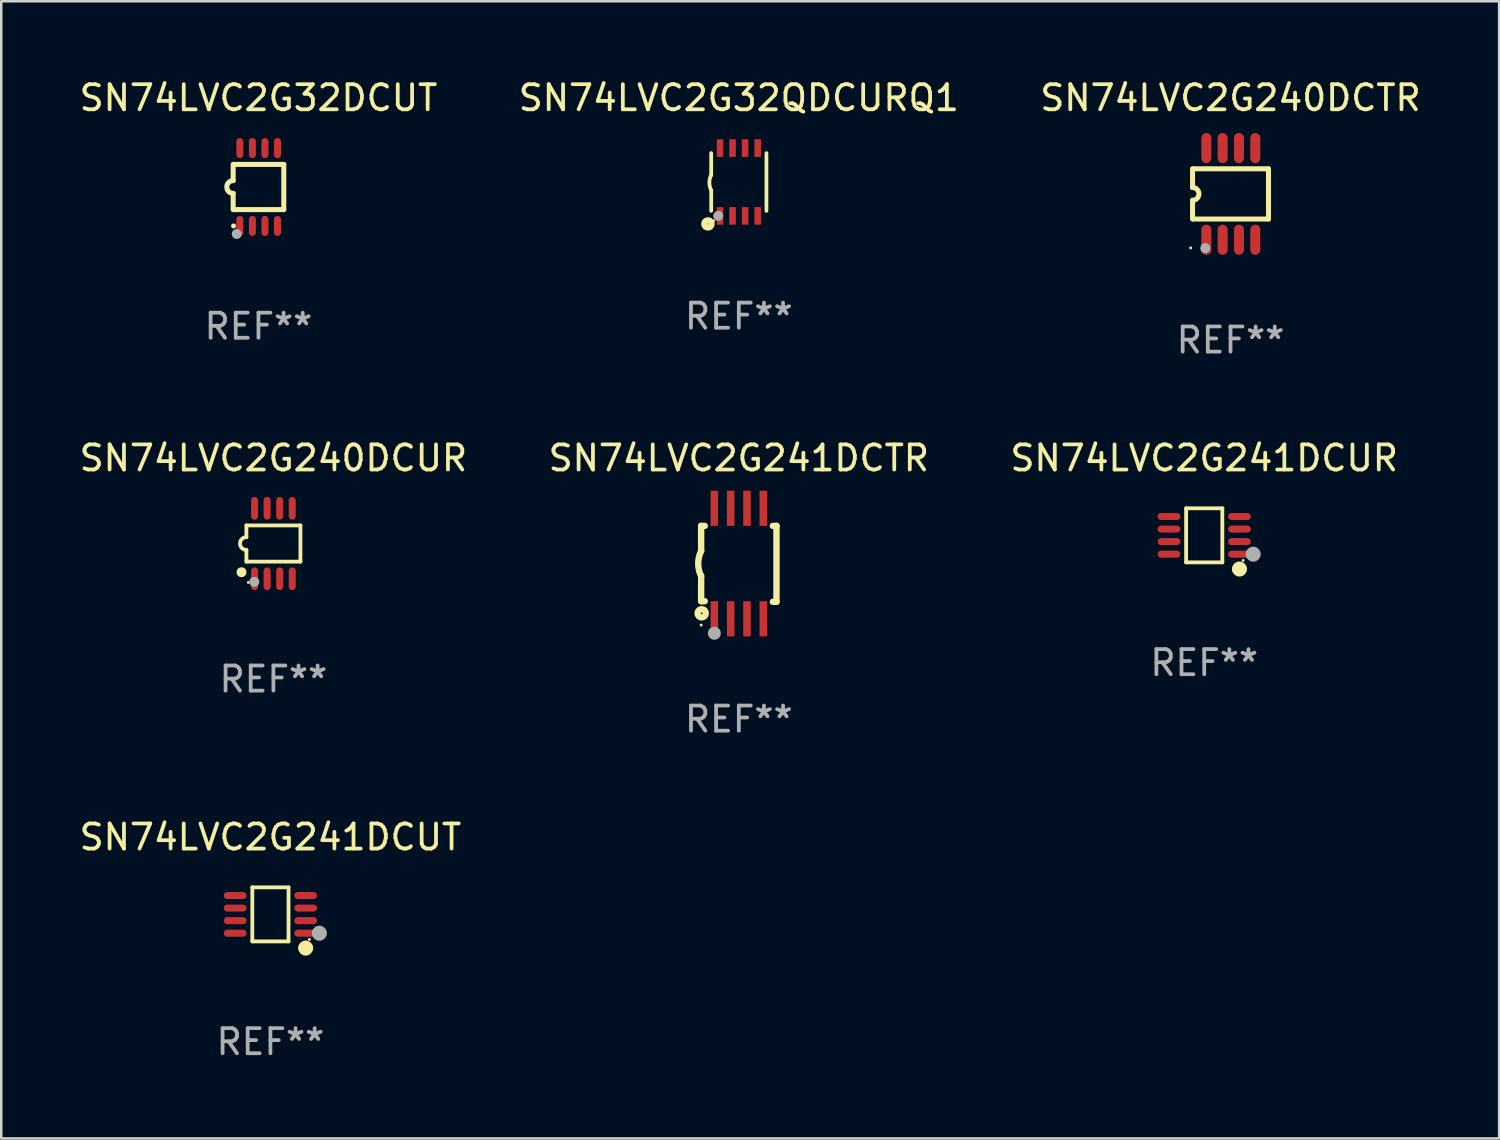
<source format=kicad_pcb>
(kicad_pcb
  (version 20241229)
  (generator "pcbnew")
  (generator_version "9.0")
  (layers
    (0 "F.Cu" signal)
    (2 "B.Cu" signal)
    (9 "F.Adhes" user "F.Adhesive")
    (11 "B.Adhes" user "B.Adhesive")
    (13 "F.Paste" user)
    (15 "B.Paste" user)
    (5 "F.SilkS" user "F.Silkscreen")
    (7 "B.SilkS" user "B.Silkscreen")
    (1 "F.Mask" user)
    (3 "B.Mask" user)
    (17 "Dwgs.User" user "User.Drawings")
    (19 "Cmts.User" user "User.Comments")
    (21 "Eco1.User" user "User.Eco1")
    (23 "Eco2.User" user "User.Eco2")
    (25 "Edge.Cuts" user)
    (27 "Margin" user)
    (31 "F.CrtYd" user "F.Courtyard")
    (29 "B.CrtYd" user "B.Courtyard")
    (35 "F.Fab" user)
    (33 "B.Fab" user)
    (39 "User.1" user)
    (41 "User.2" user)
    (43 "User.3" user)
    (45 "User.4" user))
  (footprint "SN74LVC2G241DCTR"
    (layer "F.Cu")
    (at 26.375 19.395)
    (property "Reference" "SN74LVC2G241DCTR" (at 0 -4.2 0) (layer "F.SilkS") (effects (font (size 1 1) (thickness 0.15))))
    (attr through_hole)
    (fp_line (start -1.5 -1.5) (end -1.5 -0.5) (stroke (width 0.254) (type solid)) (layer "F.SilkS"))
    (fp_line (start -1.5 -1.5) (end -1.356 -1.5) (stroke (width 0.254) (type solid)) (layer "F.SilkS"))
    (fp_line (start -1.5 1.5) (end -1.5 0.5) (stroke (width 0.254) (type solid)) (layer "F.SilkS"))
    (fp_line (start -1.5 1.5) (end -1.356 1.5) (stroke (width 0.254) (type solid)) (layer "F.SilkS"))
    (fp_line (start 1.356 -1.5) (end 1.5 -1.5) (stroke (width 0.254) (type solid)) (layer "F.SilkS"))
    (fp_line (start 1.5 -1.5) (end 1.5 1.524) (stroke (width 0.254) (type solid)) (layer "F.SilkS"))
    (fp_line (start 1.5 1.524) (end 1.356 1.524) (stroke (width 0.254) (type solid)) (layer "F.SilkS"))
    (fp_arc (start -1.500203 0.499137) (mid -1.618067 -0.000468) (end -1.5 -0.500025) (stroke (width 0.254001) (type solid)) (layer "F.SilkS"))
    (fp_circle (center -1.5 2.449) (end -1.47 2.449) (stroke (width 0.06) (type solid)) (fill no) (layer "F.SilkS"))
    (fp_circle (center -1.479 1.981) (end -1.444 1.981) (stroke (width 0.254) (type solid)) (fill no) (layer "F.SilkS"))
    (fp_circle (center -0.975 2.776) (end -0.845 2.776) (stroke (width 0.26) (type solid)) (fill no) (layer "F.Fab"))
    (fp_text user "REF**" (at 0 6.2 0) (layer "F.Fab") (effects (font (size 1 1) (thickness 0.15))))
    (pad "1" smd rect (at -0.975 2.2) (size 0.3 1.4) (layers "F.Cu" "F.Mask" "F.Paste"))
    (pad "2" smd rect (at -0.325 2.2) (size 0.3 1.4) (layers "F.Cu" "F.Mask" "F.Paste"))
    (pad "3" smd rect (at 0.325 2.2) (size 0.3 1.4) (layers "F.Cu" "F.Mask" "F.Paste"))
    (pad "4" smd rect (at 0.975 2.2) (size 0.3 1.4) (layers "F.Cu" "F.Mask" "F.Paste"))
    (pad "5" smd rect (at 0.975 -2.2) (size 0.3 1.4) (layers "F.Cu" "F.Mask" "F.Paste"))
    (pad "6" smd rect (at 0.325 -2.2) (size 0.3 1.4) (layers "F.Cu" "F.Mask" "F.Paste"))
    (pad "7" smd rect (at -0.325 -2.2) (size 0.3 1.4) (layers "F.Cu" "F.Mask" "F.Paste"))
    (pad "8" smd rect (at -0.975 -2.2) (size 0.3 1.4) (layers "F.Cu" "F.Mask" "F.Paste")))
  (footprint "SN74LVC2G241DCUR"
    (layer "F.Cu")
    (at 44.911 18.271)
    (property "Reference" "SN74LVC2G241DCUR" (at 0 -3.076 0) (layer "F.SilkS") (effects (font (size 1 1) (thickness 0.15))))
    (attr through_hole)
    (fp_line (start -0.721 -1.076) (end 0.721 -1.076) (stroke (width 0.152) (type solid)) (layer "F.SilkS"))
    (fp_line (start -0.721 1.076) (end -0.721 -1.076) (stroke (width 0.152) (type solid)) (layer "F.SilkS"))
    (fp_line (start 0.721 -1.076) (end 0.721 1.076) (stroke (width 0.152) (type solid)) (layer "F.SilkS"))
    (fp_line (start 0.721 1.076) (end -0.721 1.076) (stroke (width 0.152) (type solid)) (layer "F.SilkS"))
    (fp_circle (center 1.403 1.342) (end 1.553 1.342) (stroke (width 0.3) (type solid)) (fill no) (layer "F.SilkS"))
    (fp_circle (center 1.55 1) (end 1.58 1) (stroke (width 0.06) (type solid)) (fill no) (layer "F.SilkS"))
    (fp_circle (center 1.95 0.75) (end 2.1 0.75) (stroke (width 0.3) (type solid)) (fill no) (layer "F.Fab"))
    (fp_text user "REF**" (at 0 5.076 0) (layer "F.Fab") (effects (font (size 1 1) (thickness 0.15))))
    (pad "1" smd oval (at 1.403 0.75 90) (size 0.28 0.905) (layers "F.Cu" "F.Mask" "F.Paste"))
    (pad "2" smd oval (at 1.403 0.25 90) (size 0.28 0.905) (layers "F.Cu" "F.Mask" "F.Paste"))
    (pad "3" smd oval (at 1.403 -0.25 90) (size 0.28 0.905) (layers "F.Cu" "F.Mask" "F.Paste"))
    (pad "4" smd oval (at 1.403 -0.75 90) (size 0.28 0.905) (layers "F.Cu" "F.Mask" "F.Paste"))
    (pad "5" smd oval (at -1.403 -0.75 90) (size 0.28 0.905) (layers "F.Cu" "F.Mask" "F.Paste"))
    (pad "6" smd oval (at -1.403 -0.25 90) (size 0.28 0.905) (layers "F.Cu" "F.Mask" "F.Paste"))
    (pad "7" smd oval (at -1.403 0.25 90) (size 0.28 0.905) (layers "F.Cu" "F.Mask" "F.Paste"))
    (pad "8" smd oval (at -1.403 0.75 90) (size 0.28 0.905) (layers "F.Cu" "F.Mask" "F.Paste")))
  (footprint "SN74LVC2G32QDCURQ1"
    (layer "F.Cu")
    (at 26.375 4.198)
    (property "Reference" "SN74LVC2G32QDCURQ1" (at 0 -3.35 0) (layer "F.SilkS") (effects (font (size 1 1) (thickness 0.15))))
    (attr through_hole)
    (fp_line (start -1.1 -1.15) (end -1.1 -0.282) (stroke (width 0.15) (type solid)) (layer "F.SilkS"))
    (fp_line (start -1.1 1.15) (end -1.1 0.332) (stroke (width 0.15) (type solid)) (layer "F.SilkS"))
    (fp_line (start 1.1 -1.15) (end 1.1 1.15) (stroke (width 0.15) (type solid)) (layer "F.SilkS"))
    (fp_arc (start -1.098883 0.33274) (mid -1.171878 0.025277) (end -1.1 -0.282449) (stroke (width 0.150013) (type solid)) (layer "F.SilkS"))
    (fp_circle (center -1.23 1.67) (end -1.087 1.67) (stroke (width 0.254) (type solid)) (fill no) (layer "F.SilkS"))
    (fp_circle (center -1 1.55) (end -0.97 1.55) (stroke (width 0.06) (type solid)) (fill no) (layer "F.SilkS"))
    (fp_circle (center -0.82 1.35) (end -0.72 1.35) (stroke (width 0.2) (type solid)) (fill no) (layer "F.Fab"))
    (fp_text user "REF**" (at 0 5.35 0) (layer "F.Fab") (effects (font (size 1 1) (thickness 0.15))))
    (pad "1" smd rect (at -0.75 1.35) (size 0.26 0.7) (layers "F.Cu" "F.Mask" "F.Paste"))
    (pad "2" smd rect (at -0.25 1.35) (size 0.26 0.7) (layers "F.Cu" "F.Mask" "F.Paste"))
    (pad "3" smd rect (at 0.25 1.35) (size 0.26 0.7) (layers "F.Cu" "F.Mask" "F.Paste"))
    (pad "4" smd rect (at 0.75 1.35) (size 0.26 0.7) (layers "F.Cu" "F.Mask" "F.Paste"))
    (pad "5" smd rect (at 0.75 -1.35) (size 0.26 0.7) (layers "F.Cu" "F.Mask" "F.Paste"))
    (pad "6" smd rect (at 0.25 -1.35) (size 0.26 0.7) (layers "F.Cu" "F.Mask" "F.Paste"))
    (pad "7" smd rect (at -0.25 -1.35) (size 0.26 0.7) (layers "F.Cu" "F.Mask" "F.Paste"))
    (pad "8" smd rect (at -0.75 -1.35) (size 0.26 0.7) (layers "F.Cu" "F.Mask" "F.Paste")))
  (footprint "SN74LVC2G240DCTR"
    (layer "F.Cu")
    (at 45.958 4.673)
    (property "Reference" "SN74LVC2G240DCTR" (at 0 -3.825 0) (layer "F.SilkS") (effects (font (size 1 1) (thickness 0.15))))
    (attr through_hole)
    (fp_line (start -1.512 -0.254) (end -1.512 -1) (stroke (width 0.2) (type solid)) (layer "F.SilkS"))
    (fp_line (start -1.512 0.254) (end -1.512 1) (stroke (width 0.2) (type solid)) (layer "F.SilkS"))
    (fp_line (start -1.488 -1) (end 1.512 -1) (stroke (width 0.2) (type solid)) (layer "F.SilkS"))
    (fp_line (start 1.512 -1) (end 1.512 1) (stroke (width 0.2) (type solid)) (layer "F.SilkS"))
    (fp_line (start 1.512 1) (end -1.488 1) (stroke (width 0.2) (type solid)) (layer "F.SilkS"))
    (fp_arc (start -1.512002 -0.254001) (mid -1.258001 0) (end -1.512002 0.254001) (stroke (width 0.2) (type solid)) (layer "F.SilkS"))
    (fp_circle (center -1.588 2.15) (end -1.558 2.15) (stroke (width 0.06) (type solid)) (fill no) (layer "F.SilkS"))
    (fp_circle (center -1.004 2.159) (end -0.904 2.159) (stroke (width 0.2) (type solid)) (fill no) (layer "F.Fab"))
    (fp_text user "REF**" (at 0 5.825 0) (layer "F.Fab") (effects (font (size 1 1) (thickness 0.15))))
    (pad "1" smd oval (at -0.963 1.825 270) (size 1.2 0.4) (layers "F.Cu" "F.Mask" "F.Paste"))
    (pad "2" smd oval (at -0.313 1.825 270) (size 1.2 0.4) (layers "F.Cu" "F.Mask" "F.Paste"))
    (pad "3" smd oval (at 0.337 1.825 270) (size 1.2 0.4) (layers "F.Cu" "F.Mask" "F.Paste"))
    (pad "4" smd oval (at 0.987 1.825 270) (size 1.2 0.4) (layers "F.Cu" "F.Mask" "F.Paste"))
    (pad "5" smd oval (at 0.987 -1.825 270) (size 1.2 0.4) (layers "F.Cu" "F.Mask" "F.Paste"))
    (pad "6" smd oval (at 0.337 -1.825 270) (size 1.2 0.4) (layers "F.Cu" "F.Mask" "F.Paste"))
    (pad "7" smd oval (at -0.313 -1.825 270) (size 1.2 0.4) (layers "F.Cu" "F.Mask" "F.Paste"))
    (pad "8" smd oval (at -0.963 -1.825 270) (size 1.2 0.4) (layers "F.Cu" "F.Mask" "F.Paste")))
  (footprint "SN74LVC2G32DCUT"
    (layer "F.Cu")
    (at 7.244 4.398)
    (property "Reference" "SN74LVC2G32DCUT" (at 0 -3.55 0) (layer "F.SilkS") (effects (font (size 1 1) (thickness 0.15))))
    (attr through_hole)
    (fp_line (start -1.008 -0.254) (end -1.008 -0.9) (stroke (width 0.2) (type solid)) (layer "F.SilkS"))
    (fp_line (start -1.008 0.254) (end -1.008 0.9) (stroke (width 0.2) (type solid)) (layer "F.SilkS"))
    (fp_line (start -0.992 0.9) (end 1.008 0.9) (stroke (width 0.2) (type solid)) (layer "F.SilkS"))
    (fp_line (start 1.008 -0.9) (end -0.992 -0.9) (stroke (width 0.2) (type solid)) (layer "F.SilkS"))
    (fp_line (start 1.008 0.9) (end 1.008 -0.9) (stroke (width 0.2) (type solid)) (layer "F.SilkS"))
    (fp_arc (start -1.008001 0.254001) (mid -1.262002 0) (end -1.008001 -0.254001) (stroke (width 0.2) (type solid)) (layer "F.SilkS"))
    (fp_circle (center -0.992 1.55) (end -0.942 1.55) (stroke (width 0.1) (type solid)) (fill no) (layer "F.SilkS"))
    (fp_circle (center -0.866 1.87) (end -0.766 1.87) (stroke (width 0.2) (type solid)) (fill no) (layer "F.Fab"))
    (fp_text user "REF**" (at 0 5.55 0) (layer "F.Fab") (effects (font (size 1 1) (thickness 0.15))))
    (pad "1" smd oval (at -0.742 1.55 270) (size 0.8 0.28) (layers "F.Cu" "F.Mask" "F.Paste"))
    (pad "2" smd oval (at -0.242 1.55 270) (size 0.8 0.28) (layers "F.Cu" "F.Mask" "F.Paste"))
    (pad "3" smd oval (at 0.258 1.55 270) (size 0.8 0.28) (layers "F.Cu" "F.Mask" "F.Paste"))
    (pad "4" smd oval (at 0.758 1.55 270) (size 0.8 0.28) (layers "F.Cu" "F.Mask" "F.Paste"))
    (pad "5" smd oval (at 0.758 -1.55 270) (size 0.8 0.28) (layers "F.Cu" "F.Mask" "F.Paste"))
    (pad "6" smd oval (at 0.258 -1.55 270) (size 0.8 0.28) (layers "F.Cu" "F.Mask" "F.Paste"))
    (pad "7" smd oval (at -0.242 -1.55 270) (size 0.8 0.28) (layers "F.Cu" "F.Mask" "F.Paste"))
    (pad "8" smd oval (at -0.742 -1.55 270) (size 0.8 0.28) (layers "F.Cu" "F.Mask" "F.Paste")))
  (footprint "SN74LVC2G241DCUT"
    (layer "F.Cu")
    (at 7.72 33.367)
    (property "Reference" "SN74LVC2G241DCUT" (at 0 -3.076 0) (layer "F.SilkS") (effects (font (size 1 1) (thickness 0.15))))
    (attr through_hole)
    (fp_line (start -0.721 -1.076) (end 0.721 -1.076) (stroke (width 0.152) (type solid)) (layer "F.SilkS"))
    (fp_line (start -0.721 1.076) (end -0.721 -1.076) (stroke (width 0.152) (type solid)) (layer "F.SilkS"))
    (fp_line (start 0.721 -1.076) (end 0.721 1.076) (stroke (width 0.152) (type solid)) (layer "F.SilkS"))
    (fp_line (start 0.721 1.076) (end -0.721 1.076) (stroke (width 0.152) (type solid)) (layer "F.SilkS"))
    (fp_circle (center 1.403 1.342) (end 1.553 1.342) (stroke (width 0.3) (type solid)) (fill no) (layer "F.SilkS"))
    (fp_circle (center 1.55 1) (end 1.58 1) (stroke (width 0.06) (type solid)) (fill no) (layer "F.SilkS"))
    (fp_circle (center 1.95 0.75) (end 2.1 0.75) (stroke (width 0.3) (type solid)) (fill no) (layer "F.Fab"))
    (fp_text user "REF**" (at 0 5.076 0) (layer "F.Fab") (effects (font (size 1 1) (thickness 0.15))))
    (pad "1" smd oval (at 1.403 0.75 90) (size 0.28 0.905) (layers "F.Cu" "F.Mask" "F.Paste"))
    (pad "2" smd oval (at 1.403 0.25 90) (size 0.28 0.905) (layers "F.Cu" "F.Mask" "F.Paste"))
    (pad "3" smd oval (at 1.403 -0.25 90) (size 0.28 0.905) (layers "F.Cu" "F.Mask" "F.Paste"))
    (pad "4" smd oval (at 1.403 -0.75 90) (size 0.28 0.905) (layers "F.Cu" "F.Mask" "F.Paste"))
    (pad "5" smd oval (at -1.403 -0.75 90) (size 0.28 0.905) (layers "F.Cu" "F.Mask" "F.Paste"))
    (pad "6" smd oval (at -1.403 -0.25 90) (size 0.28 0.905) (layers "F.Cu" "F.Mask" "F.Paste"))
    (pad "7" smd oval (at -1.403 0.25 90) (size 0.28 0.905) (layers "F.Cu" "F.Mask" "F.Paste"))
    (pad "8" smd oval (at -1.403 0.75 90) (size 0.28 0.905) (layers "F.Cu" "F.Mask" "F.Paste")))
  (footprint "SN74LVC2G240DCUR"
    (layer "F.Cu")
    (at 7.839 18.597)
    (property "Reference" "SN74LVC2G240DCUR" (at 0 -3.403 0) (layer "F.SilkS") (effects (font (size 1 1) (thickness 0.15))))
    (attr through_hole)
    (fp_line (start -1.076 -0.721) (end 1.076 -0.721) (stroke (width 0.152) (type solid)) (layer "F.SilkS"))
    (fp_line (start -1.076 -0.254) (end -1.076 -0.721) (stroke (width 0.152) (type solid)) (layer "F.SilkS"))
    (fp_line (start -1.076 0.254) (end -1.076 0.721) (stroke (width 0.152) (type solid)) (layer "F.SilkS"))
    (fp_line (start 1.076 -0.721) (end 1.076 0.721) (stroke (width 0.152) (type solid)) (layer "F.SilkS"))
    (fp_line (start 1.076 0.721) (end -1.076 0.721) (stroke (width 0.152) (type solid)) (layer "F.SilkS"))
    (fp_arc (start -1.076226 0.254051) (mid -1.330226 0.000051) (end -1.076226 -0.253949) (stroke (width 0.151994) (type solid)) (layer "F.SilkS"))
    (fp_circle (center -1.27 1.143) (end -1.17 1.143) (stroke (width 0.2) (type solid)) (fill no) (layer "F.SilkS"))
    (fp_circle (center -1 1.55) (end -0.97 1.55) (stroke (width 0.06) (type solid)) (fill no) (layer "F.SilkS"))
    (fp_circle (center -0.762 1.524) (end -0.662 1.524) (stroke (width 0.2) (type solid)) (fill no) (layer "F.Fab"))
    (fp_text user "REF**" (at 0 5.403 0) (layer "F.Fab") (effects (font (size 1 1) (thickness 0.15))))
    (pad "1" smd oval (at -0.75 1.403) (size 0.28 0.905) (layers "F.Cu" "F.Mask" "F.Paste"))
    (pad "2" smd oval (at -0.25 1.403) (size 0.28 0.905) (layers "F.Cu" "F.Mask" "F.Paste"))
    (pad "3" smd oval (at 0.25 1.403) (size 0.28 0.905) (layers "F.Cu" "F.Mask" "F.Paste"))
    (pad "4" smd oval (at 0.75 1.403) (size 0.28 0.905) (layers "F.Cu" "F.Mask" "F.Paste"))
    (pad "5" smd oval (at 0.75 -1.403) (size 0.28 0.905) (layers "F.Cu" "F.Mask" "F.Paste"))
    (pad "6" smd oval (at 0.25 -1.403) (size 0.28 0.905) (layers "F.Cu" "F.Mask" "F.Paste"))
    (pad "7" smd oval (at -0.25 -1.403) (size 0.28 0.905) (layers "F.Cu" "F.Mask" "F.Paste"))
    (pad "8" smd oval (at -0.75 -1.403) (size 0.28 0.905) (layers "F.Cu" "F.Mask" "F.Paste")))
  (gr_rect
    (start -3 -3)
    (end 56.655 42.292)
    (stroke (width 0.1) (type default))
    (fill no)
    (layer "Edge.Cuts")))
</source>
